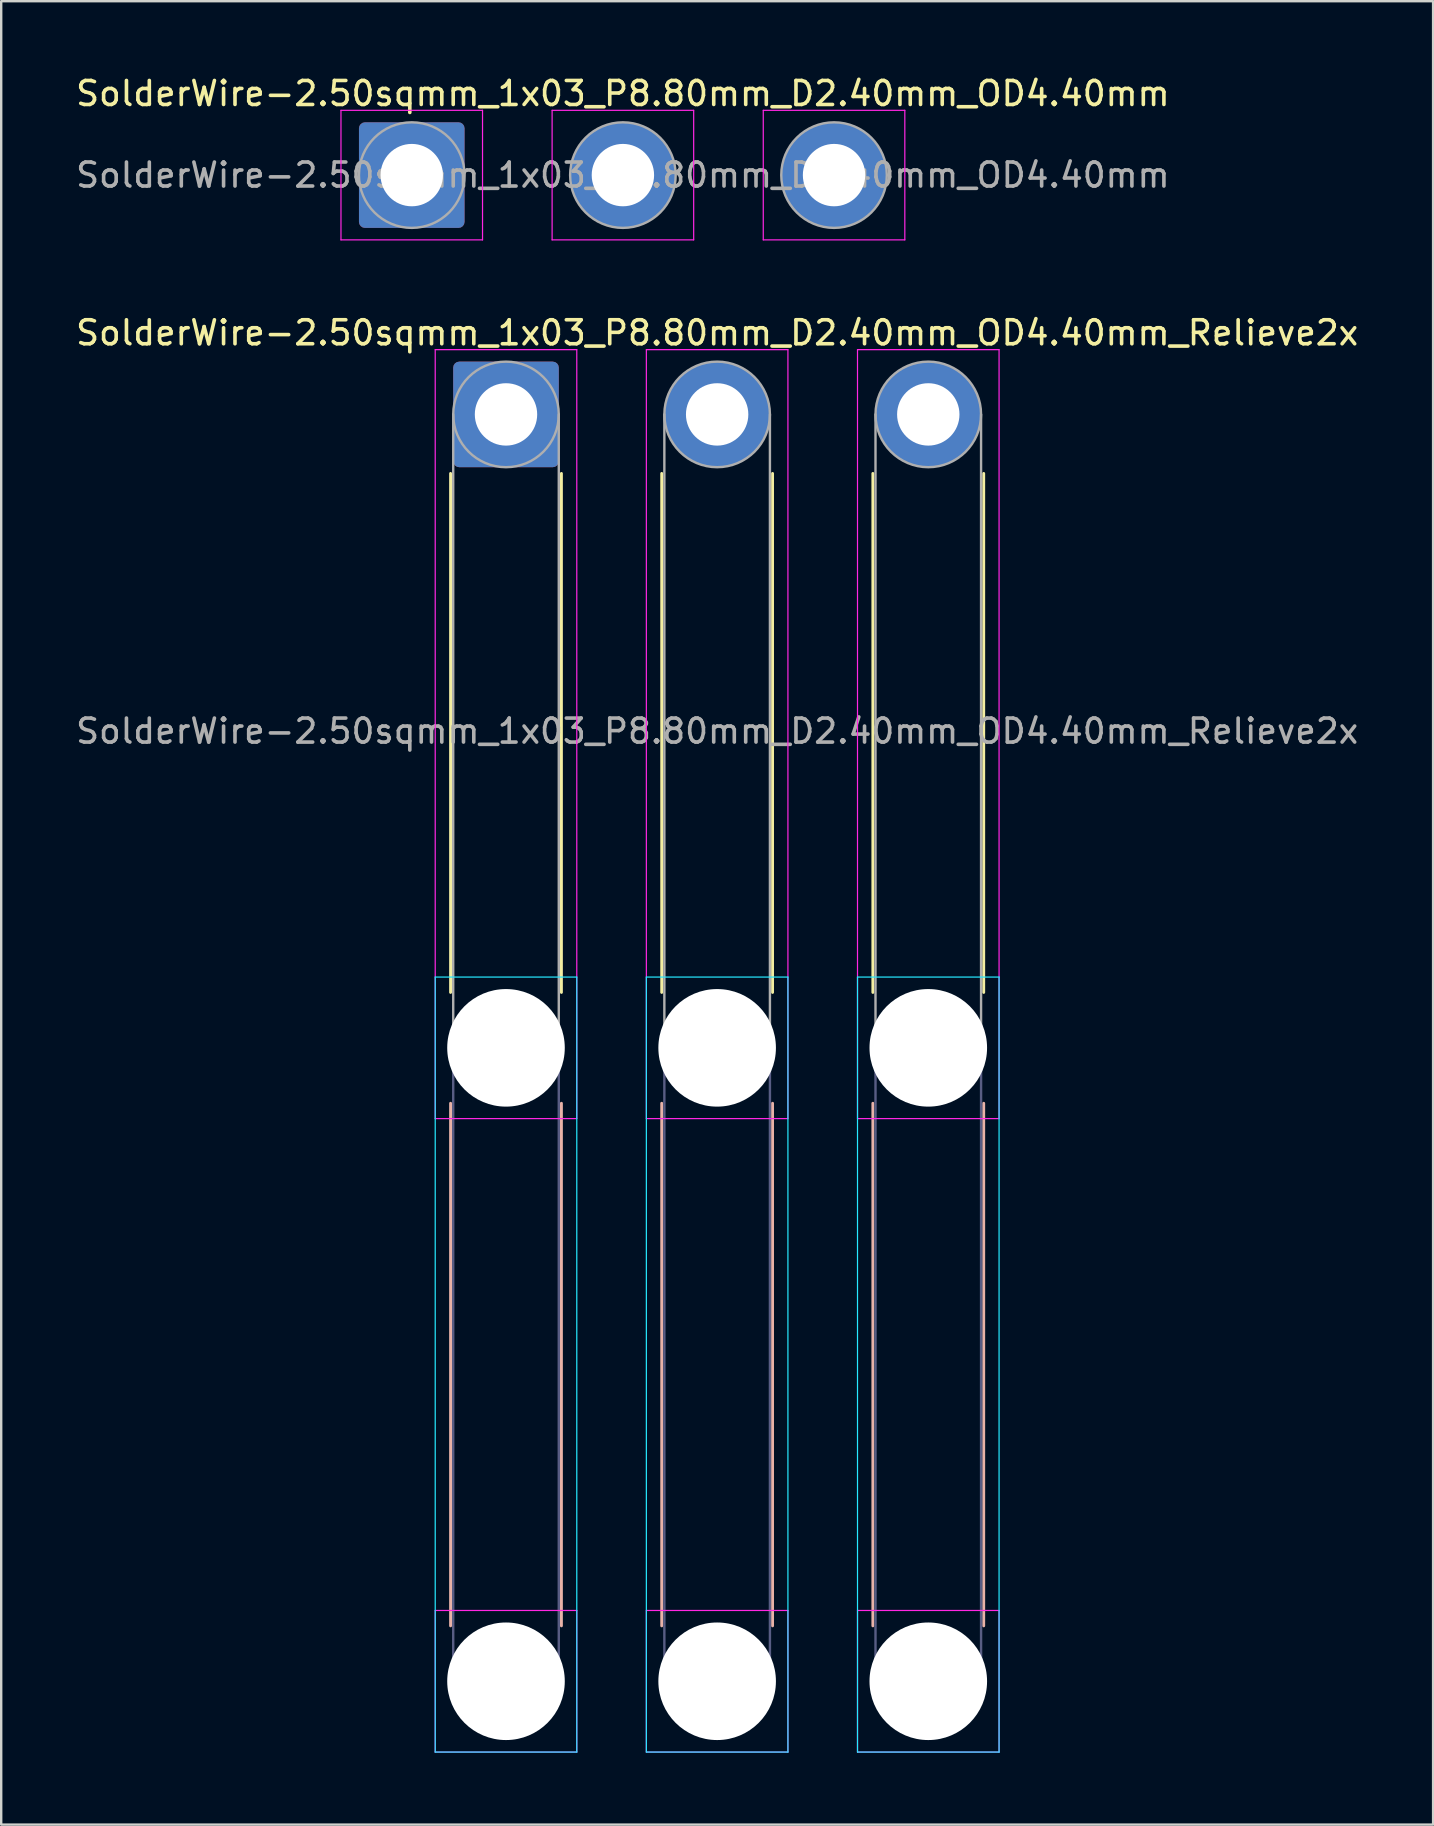
<source format=kicad_pcb>
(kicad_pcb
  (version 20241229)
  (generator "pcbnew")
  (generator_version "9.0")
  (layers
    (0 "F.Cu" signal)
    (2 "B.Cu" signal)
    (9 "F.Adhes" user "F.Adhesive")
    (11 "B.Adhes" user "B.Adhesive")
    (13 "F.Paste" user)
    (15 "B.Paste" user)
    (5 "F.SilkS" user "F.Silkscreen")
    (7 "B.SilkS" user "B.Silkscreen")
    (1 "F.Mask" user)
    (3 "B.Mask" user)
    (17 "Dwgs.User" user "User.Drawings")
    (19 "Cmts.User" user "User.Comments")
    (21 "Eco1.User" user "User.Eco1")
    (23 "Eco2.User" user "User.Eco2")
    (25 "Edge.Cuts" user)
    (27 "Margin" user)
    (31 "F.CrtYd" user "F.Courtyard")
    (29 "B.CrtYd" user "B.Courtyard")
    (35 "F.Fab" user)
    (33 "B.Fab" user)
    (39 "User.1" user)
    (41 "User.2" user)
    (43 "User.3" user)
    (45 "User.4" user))
  (footprint "SolderWire-2.50sqmm_1x03_P8.80mm_D2.40mm_OD4.40mm_Relieve2x"
    (layer "F.Cu")
    (at 18.039 14.222)
    (property "Reference" "SolderWire-2.50sqmm_1x03_P8.80mm_D2.40mm_OD4.40mm_Relieve2x" (at 8.8 -3.4 0) (layer "F.SilkS") (effects (font (size 1 1) (thickness 0.15))))
    (attr exclude_from_pos_files exclude_from_bom)
    (fp_line (start -2.31 2.46) (end -2.31 24.09) (stroke (width 0.12) (type solid)) (layer "F.SilkS"))
    (fp_line (start 2.31 2.46) (end 2.31 24.09) (stroke (width 0.12) (type solid)) (layer "F.SilkS"))
    (fp_line (start 6.49 2.46) (end 6.49 24.09) (stroke (width 0.12) (type solid)) (layer "F.SilkS"))
    (fp_line (start 11.11 2.46) (end 11.11 24.09) (stroke (width 0.12) (type solid)) (layer "F.SilkS"))
    (fp_line (start 15.29 2.46) (end 15.29 24.09) (stroke (width 0.12) (type solid)) (layer "F.SilkS"))
    (fp_line (start 19.91 2.46) (end 19.91 24.09) (stroke (width 0.12) (type solid)) (layer "F.SilkS"))
    (fp_line (start -2.31 28.71) (end -2.31 50.49) (stroke (width 0.12) (type solid)) (layer "B.SilkS"))
    (fp_line (start 2.31 28.71) (end 2.31 50.49) (stroke (width 0.12) (type solid)) (layer "B.SilkS"))
    (fp_line (start 6.49 28.71) (end 6.49 50.49) (stroke (width 0.12) (type solid)) (layer "B.SilkS"))
    (fp_line (start 11.11 28.71) (end 11.11 50.49) (stroke (width 0.12) (type solid)) (layer "B.SilkS"))
    (fp_line (start 15.29 28.71) (end 15.29 50.49) (stroke (width 0.12) (type solid)) (layer "B.SilkS"))
    (fp_line (start 19.91 28.71) (end 19.91 50.49) (stroke (width 0.12) (type solid)) (layer "B.SilkS"))
    (fp_line (start -2.95 23.45) (end -2.95 55.75) (stroke (width 0.05) (type solid)) (layer "B.CrtYd"))
    (fp_line (start -2.95 55.75) (end 2.95 55.75) (stroke (width 0.05) (type solid)) (layer "B.CrtYd"))
    (fp_line (start 2.95 23.45) (end -2.95 23.45) (stroke (width 0.05) (type solid)) (layer "B.CrtYd"))
    (fp_line (start 2.95 55.75) (end 2.95 23.45) (stroke (width 0.05) (type solid)) (layer "B.CrtYd"))
    (fp_line (start 5.85 23.45) (end 5.85 55.75) (stroke (width 0.05) (type solid)) (layer "B.CrtYd"))
    (fp_line (start 5.85 55.75) (end 11.75 55.75) (stroke (width 0.05) (type solid)) (layer "B.CrtYd"))
    (fp_line (start 11.75 23.45) (end 5.85 23.45) (stroke (width 0.05) (type solid)) (layer "B.CrtYd"))
    (fp_line (start 11.75 55.75) (end 11.75 23.45) (stroke (width 0.05) (type solid)) (layer "B.CrtYd"))
    (fp_line (start 14.65 23.45) (end 14.65 55.75) (stroke (width 0.05) (type solid)) (layer "B.CrtYd"))
    (fp_line (start 14.65 55.75) (end 20.55 55.75) (stroke (width 0.05) (type solid)) (layer "B.CrtYd"))
    (fp_line (start 20.55 23.45) (end 14.65 23.45) (stroke (width 0.05) (type solid)) (layer "B.CrtYd"))
    (fp_line (start 20.55 55.75) (end 20.55 23.45) (stroke (width 0.05) (type solid)) (layer "B.CrtYd"))
    (fp_line (start -2.95 -2.7) (end -2.95 29.35) (stroke (width 0.05) (type solid)) (layer "F.CrtYd"))
    (fp_line (start -2.95 29.35) (end 2.95 29.35) (stroke (width 0.05) (type solid)) (layer "F.CrtYd"))
    (fp_line (start -2.95 49.85) (end -2.95 55.75) (stroke (width 0.05) (type solid)) (layer "F.CrtYd"))
    (fp_line (start -2.95 55.75) (end 2.95 55.75) (stroke (width 0.05) (type solid)) (layer "F.CrtYd"))
    (fp_line (start 2.95 -2.7) (end -2.95 -2.7) (stroke (width 0.05) (type solid)) (layer "F.CrtYd"))
    (fp_line (start 2.95 29.35) (end 2.95 -2.7) (stroke (width 0.05) (type solid)) (layer "F.CrtYd"))
    (fp_line (start 2.95 49.85) (end -2.95 49.85) (stroke (width 0.05) (type solid)) (layer "F.CrtYd"))
    (fp_line (start 2.95 55.75) (end 2.95 49.85) (stroke (width 0.05) (type solid)) (layer "F.CrtYd"))
    (fp_line (start 5.85 -2.7) (end 5.85 29.35) (stroke (width 0.05) (type solid)) (layer "F.CrtYd"))
    (fp_line (start 5.85 29.35) (end 11.75 29.35) (stroke (width 0.05) (type solid)) (layer "F.CrtYd"))
    (fp_line (start 5.85 49.85) (end 5.85 55.75) (stroke (width 0.05) (type solid)) (layer "F.CrtYd"))
    (fp_line (start 5.85 55.75) (end 11.75 55.75) (stroke (width 0.05) (type solid)) (layer "F.CrtYd"))
    (fp_line (start 11.75 -2.7) (end 5.85 -2.7) (stroke (width 0.05) (type solid)) (layer "F.CrtYd"))
    (fp_line (start 11.75 29.35) (end 11.75 -2.7) (stroke (width 0.05) (type solid)) (layer "F.CrtYd"))
    (fp_line (start 11.75 49.85) (end 5.85 49.85) (stroke (width 0.05) (type solid)) (layer "F.CrtYd"))
    (fp_line (start 11.75 55.75) (end 11.75 49.85) (stroke (width 0.05) (type solid)) (layer "F.CrtYd"))
    (fp_line (start 14.65 -2.7) (end 14.65 29.35) (stroke (width 0.05) (type solid)) (layer "F.CrtYd"))
    (fp_line (start 14.65 29.35) (end 20.55 29.35) (stroke (width 0.05) (type solid)) (layer "F.CrtYd"))
    (fp_line (start 14.65 49.85) (end 14.65 55.75) (stroke (width 0.05) (type solid)) (layer "F.CrtYd"))
    (fp_line (start 14.65 55.75) (end 20.55 55.75) (stroke (width 0.05) (type solid)) (layer "F.CrtYd"))
    (fp_line (start 20.55 -2.7) (end 14.65 -2.7) (stroke (width 0.05) (type solid)) (layer "F.CrtYd"))
    (fp_line (start 20.55 29.35) (end 20.55 -2.7) (stroke (width 0.05) (type solid)) (layer "F.CrtYd"))
    (fp_line (start 20.55 49.85) (end 14.65 49.85) (stroke (width 0.05) (type solid)) (layer "F.CrtYd"))
    (fp_line (start 20.55 55.75) (end 20.55 49.85) (stroke (width 0.05) (type solid)) (layer "F.CrtYd"))
    (fp_line (start -2.2 26.4) (end -2.2 52.8) (stroke (width 0.1) (type solid)) (layer "B.Fab"))
    (fp_line (start 2.2 26.4) (end 2.2 52.8) (stroke (width 0.1) (type solid)) (layer "B.Fab"))
    (fp_line (start 6.6 26.4) (end 6.6 52.8) (stroke (width 0.1) (type solid)) (layer "B.Fab"))
    (fp_line (start 11 26.4) (end 11 52.8) (stroke (width 0.1) (type solid)) (layer "B.Fab"))
    (fp_line (start 15.4 26.4) (end 15.4 52.8) (stroke (width 0.1) (type solid)) (layer "B.Fab"))
    (fp_line (start 19.8 26.4) (end 19.8 52.8) (stroke (width 0.1) (type solid)) (layer "B.Fab"))
    (fp_circle (center 0 26.4) (end 2.2 26.4) (stroke (width 0.1) (type solid)) (fill no) (layer "B.Fab"))
    (fp_circle (center 0 52.8) (end 2.2 52.8) (stroke (width 0.1) (type solid)) (fill no) (layer "B.Fab"))
    (fp_circle (center 8.8 26.4) (end 11 26.4) (stroke (width 0.1) (type solid)) (fill no) (layer "B.Fab"))
    (fp_circle (center 8.8 52.8) (end 11 52.8) (stroke (width 0.1) (type solid)) (fill no) (layer "B.Fab"))
    (fp_circle (center 17.6 26.4) (end 19.8 26.4) (stroke (width 0.1) (type solid)) (fill no) (layer "B.Fab"))
    (fp_circle (center 17.6 52.8) (end 19.8 52.8) (stroke (width 0.1) (type solid)) (fill no) (layer "B.Fab"))
    (fp_line (start -2.2 0) (end -2.2 26.4) (stroke (width 0.1) (type solid)) (layer "F.Fab"))
    (fp_line (start 2.2 0) (end 2.2 26.4) (stroke (width 0.1) (type solid)) (layer "F.Fab"))
    (fp_line (start 6.6 0) (end 6.6 26.4) (stroke (width 0.1) (type solid)) (layer "F.Fab"))
    (fp_line (start 11 0) (end 11 26.4) (stroke (width 0.1) (type solid)) (layer "F.Fab"))
    (fp_line (start 15.4 0) (end 15.4 26.4) (stroke (width 0.1) (type solid)) (layer "F.Fab"))
    (fp_line (start 19.8 0) (end 19.8 26.4) (stroke (width 0.1) (type solid)) (layer "F.Fab"))
    (fp_circle (center 0 0) (end 2.2 0) (stroke (width 0.1) (type solid)) (fill no) (layer "F.Fab"))
    (fp_circle (center 0 26.4) (end 2.2 26.4) (stroke (width 0.1) (type solid)) (fill no) (layer "F.Fab"))
    (fp_circle (center 0 52.8) (end 2.2 52.8) (stroke (width 0.1) (type solid)) (fill no) (layer "F.Fab"))
    (fp_circle (center 8.8 0) (end 11 0) (stroke (width 0.1) (type solid)) (fill no) (layer "F.Fab"))
    (fp_circle (center 8.8 26.4) (end 11 26.4) (stroke (width 0.1) (type solid)) (fill no) (layer "F.Fab"))
    (fp_circle (center 8.8 52.8) (end 11 52.8) (stroke (width 0.1) (type solid)) (fill no) (layer "F.Fab"))
    (fp_circle (center 17.6 0) (end 19.8 0) (stroke (width 0.1) (type solid)) (fill no) (layer "F.Fab"))
    (fp_circle (center 17.6 26.4) (end 19.8 26.4) (stroke (width 0.1) (type solid)) (fill no) (layer "F.Fab"))
    (fp_circle (center 17.6 52.8) (end 19.8 52.8) (stroke (width 0.1) (type solid)) (fill no) (layer "F.Fab"))
    (fp_text user "${REFERENCE}" (at 8.8 13.2 0) (layer "F.Fab") (effects (font (size 1 1) (thickness 0.15))))
    (pad "" np_thru_hole circle (at 0 26.4) (size 4.9 4.9) (drill 4.9) (layers "*.Cu" "*.Mask"))
    (pad "" np_thru_hole circle (at 0 52.8) (size 4.9 4.9) (drill 4.9) (layers "*.Cu" "*.Mask"))
    (pad "" np_thru_hole circle (at 8.8 26.4) (size 4.9 4.9) (drill 4.9) (layers "*.Cu" "*.Mask"))
    (pad "" np_thru_hole circle (at 8.8 52.8) (size 4.9 4.9) (drill 4.9) (layers "*.Cu" "*.Mask"))
    (pad "" np_thru_hole circle (at 17.6 26.4) (size 4.9 4.9) (drill 4.9) (layers "*.Cu" "*.Mask"))
    (pad "" np_thru_hole circle (at 17.6 52.8) (size 4.9 4.9) (drill 4.9) (layers "*.Cu" "*.Mask"))
    (pad "1" thru_hole roundrect (at 0 0) (size 4.4 4.4) (drill 2.6) (layers "*.Cu" "*.Mask") (roundrect_rratio 0.057))
    (pad "2" thru_hole circle (at 8.8 0) (size 4.4 4.4) (drill 2.6) (layers "*.Cu" "*.Mask"))
    (pad "3" thru_hole circle (at 17.6 0) (size 4.4 4.4) (drill 2.6) (layers "*.Cu" "*.Mask")))
  (footprint "SolderWire-2.50sqmm_1x03_P8.80mm_D2.40mm_OD4.40mm"
    (layer "F.Cu")
    (at 14.111 4.248)
    (property "Reference" "SolderWire-2.50sqmm_1x03_P8.80mm_D2.40mm_OD4.40mm" (at 8.8 -3.4 0) (layer "F.SilkS") (effects (font (size 1 1) (thickness 0.15))))
    (attr exclude_from_pos_files exclude_from_bom)
    (fp_line (start -2.95 -2.7) (end -2.95 2.7) (stroke (width 0.05) (type solid)) (layer "F.CrtYd"))
    (fp_line (start -2.95 2.7) (end 2.95 2.7) (stroke (width 0.05) (type solid)) (layer "F.CrtYd"))
    (fp_line (start 2.95 -2.7) (end -2.95 -2.7) (stroke (width 0.05) (type solid)) (layer "F.CrtYd"))
    (fp_line (start 2.95 2.7) (end 2.95 -2.7) (stroke (width 0.05) (type solid)) (layer "F.CrtYd"))
    (fp_line (start 5.85 -2.7) (end 5.85 2.7) (stroke (width 0.05) (type solid)) (layer "F.CrtYd"))
    (fp_line (start 5.85 2.7) (end 11.75 2.7) (stroke (width 0.05) (type solid)) (layer "F.CrtYd"))
    (fp_line (start 11.75 -2.7) (end 5.85 -2.7) (stroke (width 0.05) (type solid)) (layer "F.CrtYd"))
    (fp_line (start 11.75 2.7) (end 11.75 -2.7) (stroke (width 0.05) (type solid)) (layer "F.CrtYd"))
    (fp_line (start 14.65 -2.7) (end 14.65 2.7) (stroke (width 0.05) (type solid)) (layer "F.CrtYd"))
    (fp_line (start 14.65 2.7) (end 20.55 2.7) (stroke (width 0.05) (type solid)) (layer "F.CrtYd"))
    (fp_line (start 20.55 -2.7) (end 14.65 -2.7) (stroke (width 0.05) (type solid)) (layer "F.CrtYd"))
    (fp_line (start 20.55 2.7) (end 20.55 -2.7) (stroke (width 0.05) (type solid)) (layer "F.CrtYd"))
    (fp_circle (center 0 0) (end 2.2 0) (stroke (width 0.1) (type solid)) (fill no) (layer "F.Fab"))
    (fp_circle (center 8.8 0) (end 11 0) (stroke (width 0.1) (type solid)) (fill no) (layer "F.Fab"))
    (fp_circle (center 17.6 0) (end 19.8 0) (stroke (width 0.1) (type solid)) (fill no) (layer "F.Fab"))
    (fp_text user "${REFERENCE}" (at 8.8 0 0) (layer "F.Fab") (effects (font (size 1 1) (thickness 0.15))))
    (pad "1" thru_hole roundrect (at 0 0) (size 4.4 4.4) (drill 2.6) (layers "*.Cu" "*.Mask") (roundrect_rratio 0.057))
    (pad "2" thru_hole circle (at 8.8 0) (size 4.4 4.4) (drill 2.6) (layers "*.Cu" "*.Mask"))
    (pad "3" thru_hole circle (at 17.6 0) (size 4.4 4.4) (drill 2.6) (layers "*.Cu" "*.Mask")))
  (gr_rect
    (start -3 -3)
    (end 56.679 72.996)
    (stroke (width 0.1) (type default))
    (fill no)
    (layer "Edge.Cuts")))
</source>
